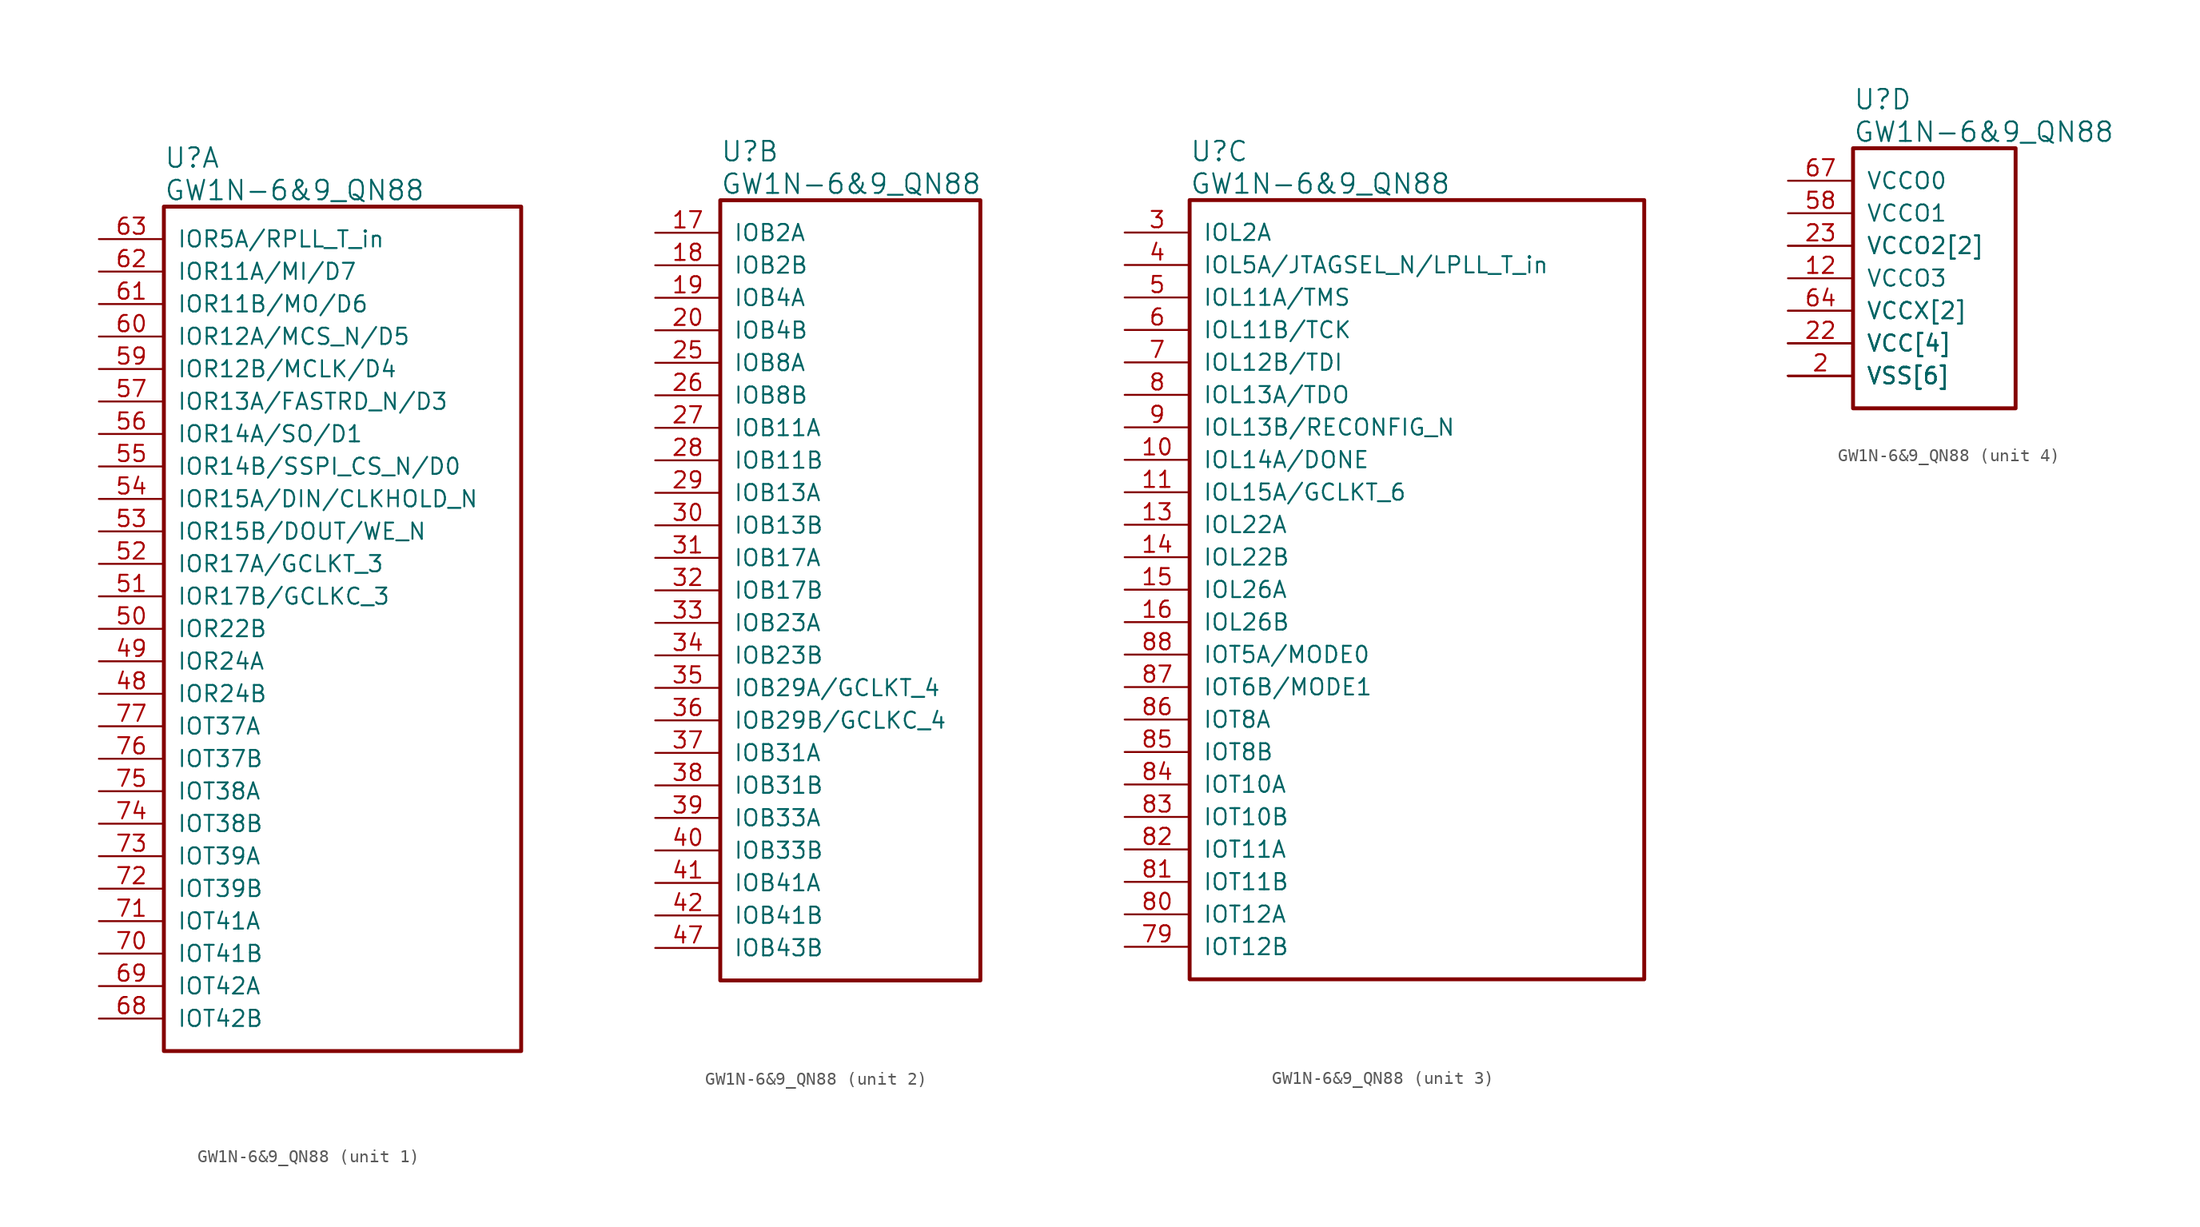
<source format=kicad_sym>
(kicad_symbol_lib
  (version 20211014)
  (generator kicad_symbol_editor)
  (symbol "GW1N-6&9_QN88"
    (pin_names
      (offset 1.016))
    (property "Reference" "U"
      (at 5.08 6.35 0)
      (effects (font (size 1.524 1.524)) (justify left)))
    (property "Value" "GW1N-6&9_QN88"
      (at 5.08 3.81 0)
      (effects (font (size 1.524 1.524)) (justify left)))
    (property "ki_locked" ""
      (at 0 0 0)
      (effects (font (size 1.27 1.27))))
    (symbol "GW1N-6&9_QN88_1_1"
      (rectangle (start 5.08 2.54) (end 33.02 -63.5) (stroke (width 0.305) (type default) (color 0 0 0 0)) (fill (type none)))
      (pin bidirectional line (at 0 -35.56 0) (length 5.08) (name "IOR24B" (effects (font (size 1.27 1.27)))) (number "48" (effects (font (size 1.27 1.27)))))
      (pin bidirectional line (at 0 -33.02 0) (length 5.08) (name "IOR24A" (effects (font (size 1.27 1.27)))) (number "49" (effects (font (size 1.27 1.27)))))
      (pin bidirectional line (at 0 -30.48 0) (length 5.08) (name "IOR22B" (effects (font (size 1.27 1.27)))) (number "50" (effects (font (size 1.27 1.27)))))
      (pin bidirectional line (at 0 -27.94 0) (length 5.08) (name "IOR17B/GCLKC_3" (effects (font (size 1.27 1.27)))) (number "51" (effects (font (size 1.27 1.27)))))
      (pin bidirectional line (at 0 -25.4 0) (length 5.08) (name "IOR17A/GCLKT_3" (effects (font (size 1.27 1.27)))) (number "52" (effects (font (size 1.27 1.27)))))
      (pin bidirectional line (at 0 -22.86 0) (length 5.08) (name "IOR15B/DOUT/WE_N" (effects (font (size 1.27 1.27)))) (number "53" (effects (font (size 1.27 1.27)))))
      (pin bidirectional line (at 0 -20.32 0) (length 5.08) (name "IOR15A/DIN/CLKHOLD_N" (effects (font (size 1.27 1.27)))) (number "54" (effects (font (size 1.27 1.27)))))
      (pin bidirectional line (at 0 -17.78 0) (length 5.08) (name "IOR14B/SSPI_CS_N/D0" (effects (font (size 1.27 1.27)))) (number "55" (effects (font (size 1.27 1.27)))))
      (pin bidirectional line (at 0 -15.24 0) (length 5.08) (name "IOR14A/SO/D1" (effects (font (size 1.27 1.27)))) (number "56" (effects (font (size 1.27 1.27)))))
      (pin bidirectional line (at 0 -12.7 0) (length 5.08) (name "IOR13A/FASTRD_N/D3" (effects (font (size 1.27 1.27)))) (number "57" (effects (font (size 1.27 1.27)))))
      (pin bidirectional line (at 0 -10.16 0) (length 5.08) (name "IOR12B/MCLK/D4" (effects (font (size 1.27 1.27)))) (number "59" (effects (font (size 1.27 1.27)))))
      (pin bidirectional line (at 0 -7.62 0) (length 5.08) (name "IOR12A/MCS_N/D5" (effects (font (size 1.27 1.27)))) (number "60" (effects (font (size 1.27 1.27)))))
      (pin bidirectional line (at 0 -5.08 0) (length 5.08) (name "IOR11B/MO/D6" (effects (font (size 1.27 1.27)))) (number "61" (effects (font (size 1.27 1.27)))))
      (pin bidirectional line (at 0 -2.54 0) (length 5.08) (name "IOR11A/MI/D7" (effects (font (size 1.27 1.27)))) (number "62" (effects (font (size 1.27 1.27)))))
      (pin bidirectional line (at 0 0 0) (length 5.08) (name "IOR5A/RPLL_T_in" (effects (font (size 1.27 1.27)))) (number "63" (effects (font (size 1.27 1.27)))))
      (pin bidirectional line (at 0 -60.96 0) (length 5.08) (name "IOT42B" (effects (font (size 1.27 1.27)))) (number "68" (effects (font (size 1.27 1.27)))))
      (pin bidirectional line (at 0 -58.42 0) (length 5.08) (name "IOT42A" (effects (font (size 1.27 1.27)))) (number "69" (effects (font (size 1.27 1.27)))))
      (pin bidirectional line (at 0 -55.88 0) (length 5.08) (name "IOT41B" (effects (font (size 1.27 1.27)))) (number "70" (effects (font (size 1.27 1.27)))))
      (pin bidirectional line (at 0 -53.34 0) (length 5.08) (name "IOT41A" (effects (font (size 1.27 1.27)))) (number "71" (effects (font (size 1.27 1.27)))))
      (pin bidirectional line (at 0 -50.8 0) (length 5.08) (name "IOT39B" (effects (font (size 1.27 1.27)))) (number "72" (effects (font (size 1.27 1.27)))))
      (pin bidirectional line (at 0 -48.26 0) (length 5.08) (name "IOT39A" (effects (font (size 1.27 1.27)))) (number "73" (effects (font (size 1.27 1.27)))))
      (pin bidirectional line (at 0 -45.72 0) (length 5.08) (name "IOT38B" (effects (font (size 1.27 1.27)))) (number "74" (effects (font (size 1.27 1.27)))))
      (pin bidirectional line (at 0 -43.18 0) (length 5.08) (name "IOT38A" (effects (font (size 1.27 1.27)))) (number "75" (effects (font (size 1.27 1.27)))))
      (pin bidirectional line (at 0 -40.64 0) (length 5.08) (name "IOT37B" (effects (font (size 1.27 1.27)))) (number "76" (effects (font (size 1.27 1.27)))))
      (pin bidirectional line (at 0 -38.1 0) (length 5.08) (name "IOT37A" (effects (font (size 1.27 1.27)))) (number "77" (effects (font (size 1.27 1.27))))))
    (symbol "GW1N-6&9_QN88_2_1"
      (rectangle (start 5.08 2.54) (end 25.4 -58.42) (stroke (width 0.305) (type default) (color 0 0 0 0)) (fill (type none)))
      (pin bidirectional line (at 0 0 0) (length 5.08) (name "IOB2A" (effects (font (size 1.27 1.27)))) (number "17" (effects (font (size 1.27 1.27)))))
      (pin bidirectional line (at 0 -2.54 0) (length 5.08) (name "IOB2B" (effects (font (size 1.27 1.27)))) (number "18" (effects (font (size 1.27 1.27)))))
      (pin bidirectional line (at 0 -5.08 0) (length 5.08) (name "IOB4A" (effects (font (size 1.27 1.27)))) (number "19" (effects (font (size 1.27 1.27)))))
      (pin bidirectional line (at 0 -7.62 0) (length 5.08) (name "IOB4B" (effects (font (size 1.27 1.27)))) (number "20" (effects (font (size 1.27 1.27)))))
      (pin bidirectional line (at 0 -10.16 0) (length 5.08) (name "IOB8A" (effects (font (size 1.27 1.27)))) (number "25" (effects (font (size 1.27 1.27)))))
      (pin bidirectional line (at 0 -12.7 0) (length 5.08) (name "IOB8B" (effects (font (size 1.27 1.27)))) (number "26" (effects (font (size 1.27 1.27)))))
      (pin bidirectional line (at 0 -15.24 0) (length 5.08) (name "IOB11A" (effects (font (size 1.27 1.27)))) (number "27" (effects (font (size 1.27 1.27)))))
      (pin bidirectional line (at 0 -17.78 0) (length 5.08) (name "IOB11B" (effects (font (size 1.27 1.27)))) (number "28" (effects (font (size 1.27 1.27)))))
      (pin bidirectional line (at 0 -20.32 0) (length 5.08) (name "IOB13A" (effects (font (size 1.27 1.27)))) (number "29" (effects (font (size 1.27 1.27)))))
      (pin bidirectional line (at 0 -22.86 0) (length 5.08) (name "IOB13B" (effects (font (size 1.27 1.27)))) (number "30" (effects (font (size 1.27 1.27)))))
      (pin bidirectional line (at 0 -25.4 0) (length 5.08) (name "IOB17A" (effects (font (size 1.27 1.27)))) (number "31" (effects (font (size 1.27 1.27)))))
      (pin bidirectional line (at 0 -27.94 0) (length 5.08) (name "IOB17B" (effects (font (size 1.27 1.27)))) (number "32" (effects (font (size 1.27 1.27)))))
      (pin bidirectional line (at 0 -30.48 0) (length 5.08) (name "IOB23A" (effects (font (size 1.27 1.27)))) (number "33" (effects (font (size 1.27 1.27)))))
      (pin bidirectional line (at 0 -33.02 0) (length 5.08) (name "IOB23B" (effects (font (size 1.27 1.27)))) (number "34" (effects (font (size 1.27 1.27)))))
      (pin bidirectional line (at 0 -35.56 0) (length 5.08) (name "IOB29A/GCLKT_4" (effects (font (size 1.27 1.27)))) (number "35" (effects (font (size 1.27 1.27)))))
      (pin bidirectional line (at 0 -38.1 0) (length 5.08) (name "IOB29B/GCLKC_4" (effects (font (size 1.27 1.27)))) (number "36" (effects (font (size 1.27 1.27)))))
      (pin bidirectional line (at 0 -40.64 0) (length 5.08) (name "IOB31A" (effects (font (size 1.27 1.27)))) (number "37" (effects (font (size 1.27 1.27)))))
      (pin bidirectional line (at 0 -43.18 0) (length 5.08) (name "IOB31B" (effects (font (size 1.27 1.27)))) (number "38" (effects (font (size 1.27 1.27)))))
      (pin bidirectional line (at 0 -45.72 0) (length 5.08) (name "IOB33A" (effects (font (size 1.27 1.27)))) (number "39" (effects (font (size 1.27 1.27)))))
      (pin bidirectional line (at 0 -48.26 0) (length 5.08) (name "IOB33B" (effects (font (size 1.27 1.27)))) (number "40" (effects (font (size 1.27 1.27)))))
      (pin bidirectional line (at 0 -50.8 0) (length 5.08) (name "IOB41A" (effects (font (size 1.27 1.27)))) (number "41" (effects (font (size 1.27 1.27)))))
      (pin bidirectional line (at 0 -53.34 0) (length 5.08) (name "IOB41B" (effects (font (size 1.27 1.27)))) (number "42" (effects (font (size 1.27 1.27)))))
      (pin bidirectional line (at 0 -55.88 0) (length 5.08) (name "IOB43B" (effects (font (size 1.27 1.27)))) (number "47" (effects (font (size 1.27 1.27))))))
    (symbol "GW1N-6&9_QN88_3_1"
      (rectangle (start 5.08 2.54) (end 40.64 -58.42) (stroke (width 0.305) (type default) (color 0 0 0 0)) (fill (type none)))
      (pin bidirectional line (at 0 -17.78 0) (length 5.08) (name "IOL14A/DONE" (effects (font (size 1.27 1.27)))) (number "10" (effects (font (size 1.27 1.27)))))
      (pin bidirectional line (at 0 -20.32 0) (length 5.08) (name "IOL15A/GCLKT_6" (effects (font (size 1.27 1.27)))) (number "11" (effects (font (size 1.27 1.27)))))
      (pin bidirectional line (at 0 -22.86 0) (length 5.08) (name "IOL22A" (effects (font (size 1.27 1.27)))) (number "13" (effects (font (size 1.27 1.27)))))
      (pin bidirectional line (at 0 -25.4 0) (length 5.08) (name "IOL22B" (effects (font (size 1.27 1.27)))) (number "14" (effects (font (size 1.27 1.27)))))
      (pin bidirectional line (at 0 -27.94 0) (length 5.08) (name "IOL26A" (effects (font (size 1.27 1.27)))) (number "15" (effects (font (size 1.27 1.27)))))
      (pin bidirectional line (at 0 -30.48 0) (length 5.08) (name "IOL26B" (effects (font (size 1.27 1.27)))) (number "16" (effects (font (size 1.27 1.27)))))
      (pin bidirectional line (at 0 0 0) (length 5.08) (name "IOL2A" (effects (font (size 1.27 1.27)))) (number "3" (effects (font (size 1.27 1.27)))))
      (pin bidirectional line (at 0 -2.54 0) (length 5.08) (name "IOL5A/JTAGSEL_N/LPLL_T_in" (effects (font (size 1.27 1.27)))) (number "4" (effects (font (size 1.27 1.27)))))
      (pin bidirectional line (at 0 -5.08 0) (length 5.08) (name "IOL11A/TMS" (effects (font (size 1.27 1.27)))) (number "5" (effects (font (size 1.27 1.27)))))
      (pin bidirectional line (at 0 -7.62 0) (length 5.08) (name "IOL11B/TCK" (effects (font (size 1.27 1.27)))) (number "6" (effects (font (size 1.27 1.27)))))
      (pin bidirectional line (at 0 -10.16 0) (length 5.08) (name "IOL12B/TDI" (effects (font (size 1.27 1.27)))) (number "7" (effects (font (size 1.27 1.27)))))
      (pin bidirectional line (at 0 -55.88 0) (length 5.08) (name "IOT12B" (effects (font (size 1.27 1.27)))) (number "79" (effects (font (size 1.27 1.27)))))
      (pin bidirectional line (at 0 -12.7 0) (length 5.08) (name "IOL13A/TDO" (effects (font (size 1.27 1.27)))) (number "8" (effects (font (size 1.27 1.27)))))
      (pin bidirectional line (at 0 -53.34 0) (length 5.08) (name "IOT12A" (effects (font (size 1.27 1.27)))) (number "80" (effects (font (size 1.27 1.27)))))
      (pin bidirectional line (at 0 -50.8 0) (length 5.08) (name "IOT11B" (effects (font (size 1.27 1.27)))) (number "81" (effects (font (size 1.27 1.27)))))
      (pin bidirectional line (at 0 -48.26 0) (length 5.08) (name "IOT11A" (effects (font (size 1.27 1.27)))) (number "82" (effects (font (size 1.27 1.27)))))
      (pin bidirectional line (at 0 -45.72 0) (length 5.08) (name "IOT10B" (effects (font (size 1.27 1.27)))) (number "83" (effects (font (size 1.27 1.27)))))
      (pin bidirectional line (at 0 -43.18 0) (length 5.08) (name "IOT10A" (effects (font (size 1.27 1.27)))) (number "84" (effects (font (size 1.27 1.27)))))
      (pin bidirectional line (at 0 -40.64 0) (length 5.08) (name "IOT8B" (effects (font (size 1.27 1.27)))) (number "85" (effects (font (size 1.27 1.27)))))
      (pin bidirectional line (at 0 -38.1 0) (length 5.08) (name "IOT8A" (effects (font (size 1.27 1.27)))) (number "86" (effects (font (size 1.27 1.27)))))
      (pin bidirectional line (at 0 -35.56 0) (length 5.08) (name "IOT6B/MODE1" (effects (font (size 1.27 1.27)))) (number "87" (effects (font (size 1.27 1.27)))))
      (pin bidirectional line (at 0 -33.02 0) (length 5.08) (name "IOT5A/MODE0" (effects (font (size 1.27 1.27)))) (number "88" (effects (font (size 1.27 1.27)))))
      (pin bidirectional line (at 0 -15.24 0) (length 5.08) (name "IOL13B/RECONFIG_N" (effects (font (size 1.27 1.27)))) (number "9" (effects (font (size 1.27 1.27))))))
    (symbol "GW1N-6&9_QN88_4_1"
      (rectangle (start 5.08 2.54) (end 17.78 -17.78) (stroke (width 0.305) (type default) (color 0 0 0 0)) (fill (type none)))
      (pin power_in line (at 0 -12.7 0) (length 5.08) (name "VCC[4]" (effects (font (size 1.27 1.27)))) (number "1" (effects (font (size 0 0)))))
      (pin power_in line (at 0 -7.62 0) (length 5.08) (name "VCCO3" (effects (font (size 1.27 1.27)))) (number "12" (effects (font (size 1.27 1.27)))))
      (pin power_in line (at 0 -15.24 0) (length 5.08) (name "VSS[6]" (effects (font (size 1.27 1.27)))) (number "2" (effects (font (size 1.27 1.27)))))
      (pin power_in line (at 0 -15.24 0) (length 5.08) (name "VSS[6]" (effects (font (size 1.27 1.27)))) (number "21" (effects (font (size 0 0)))))
      (pin power_in line (at 0 -12.7 0) (length 5.08) (name "VCC[4]" (effects (font (size 1.27 1.27)))) (number "22" (effects (font (size 1.27 1.27)))))
      (pin power_in line (at 0 -5.08 0) (length 5.08) (name "VCCO2[2]" (effects (font (size 1.27 1.27)))) (number "23" (effects (font (size 1.27 1.27)))))
      (pin power_in line (at 0 -15.24 0) (length 5.08) (name "VSS[6]" (effects (font (size 1.27 1.27)))) (number "24" (effects (font (size 0 0)))))
      (pin power_in line (at 0 -15.24 0) (length 5.08) (name "VSS[6]" (effects (font (size 1.27 1.27)))) (number "43" (effects (font (size 0 0)))))
      (pin power_in line (at 0 -5.08 0) (length 5.08) (name "VCCO2[2]" (effects (font (size 1.27 1.27)))) (number "44" (effects (font (size 0 0)))))
      (pin power_in line (at 0 -12.7 0) (length 5.08) (name "VCC[4]" (effects (font (size 1.27 1.27)))) (number "45" (effects (font (size 0 0)))))
      (pin power_in line (at 0 -15.24 0) (length 5.08) (name "VSS[6]" (effects (font (size 1.27 1.27)))) (number "46" (effects (font (size 0 0)))))
      (pin power_in line (at 0 -2.54 0) (length 5.08) (name "VCCO1" (effects (font (size 1.27 1.27)))) (number "58" (effects (font (size 1.27 1.27)))))
      (pin power_in line (at 0 -10.16 0) (length 5.08) (name "VCCX[2]" (effects (font (size 1.27 1.27)))) (number "64" (effects (font (size 1.27 1.27)))))
      (pin power_in line (at 0 -15.24 0) (length 5.08) (name "VSS[6]" (effects (font (size 1.27 1.27)))) (number "65" (effects (font (size 0 0)))))
      (pin power_in line (at 0 -12.7 0) (length 5.08) (name "VCC[4]" (effects (font (size 1.27 1.27)))) (number "66" (effects (font (size 0 0)))))
      (pin power_in line (at 0 0 0) (length 5.08) (name "VCCO0" (effects (font (size 1.27 1.27)))) (number "67" (effects (font (size 1.27 1.27)))))
      (pin power_in line (at 0 -10.16 0) (length 5.08) (name "VCCX[2]" (effects (font (size 1.27 1.27)))) (number "78" (effects (font (size 0 0))))))))
</source>
